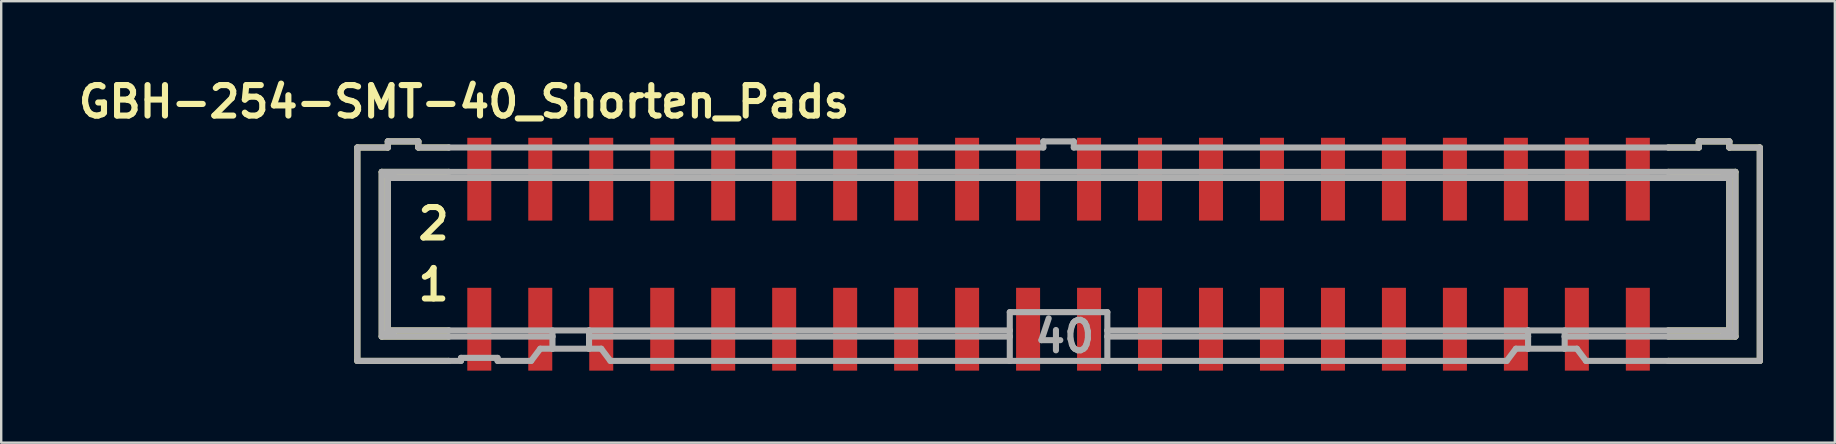
<source format=kicad_pcb>
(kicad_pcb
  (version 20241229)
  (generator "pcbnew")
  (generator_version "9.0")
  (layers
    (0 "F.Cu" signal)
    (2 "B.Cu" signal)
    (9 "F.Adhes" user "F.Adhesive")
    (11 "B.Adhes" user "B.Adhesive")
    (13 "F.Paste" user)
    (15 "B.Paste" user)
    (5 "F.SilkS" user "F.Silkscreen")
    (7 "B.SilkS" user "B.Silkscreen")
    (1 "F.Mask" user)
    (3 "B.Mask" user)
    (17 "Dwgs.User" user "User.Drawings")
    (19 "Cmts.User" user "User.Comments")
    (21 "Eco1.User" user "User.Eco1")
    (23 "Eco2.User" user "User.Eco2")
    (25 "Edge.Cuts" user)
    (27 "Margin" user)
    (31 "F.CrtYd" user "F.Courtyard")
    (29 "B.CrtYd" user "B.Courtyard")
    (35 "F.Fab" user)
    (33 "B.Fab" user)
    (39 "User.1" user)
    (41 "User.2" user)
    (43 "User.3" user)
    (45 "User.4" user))
  (footprint "GBH-254-SMT-40_Shorten_Pads"
    (layer "F.Cu")
    (at 41.045 7.539)
    (property "Reference" "GBH-254-SMT-40_Shorten_Pads" (at -24.765 -6.35 0) (layer "F.SilkS") (effects (font (size 1.27 1.27) (thickness 0.254))))
    (attr smd)
    (fp_line (start -29.21 -4.445) (end -29.21 4.445) (stroke (width 0.254) (type solid)) (layer "F.SilkS"))
    (fp_line (start -29.21 -4.445) (end -27.94 -4.445) (stroke (width 0.254) (type solid)) (layer "F.SilkS"))
    (fp_line (start -29.21 4.445) (end -25.4 4.445) (stroke (width 0.254) (type solid)) (layer "F.SilkS"))
    (fp_line (start -28.194 -3.429) (end -28.194 3.429) (stroke (width 0.254) (type solid)) (layer "F.SilkS"))
    (fp_line (start -28.194 3.429) (end -25.4 3.429) (stroke (width 0.254) (type solid)) (layer "F.SilkS"))
    (fp_line (start -28.1 -3.3) (end -27.7 -3.3) (stroke (width 0.254) (type solid)) (layer "F.SilkS"))
    (fp_line (start -28.1 3.3) (end -27.7 3.3) (stroke (width 0.254) (type solid)) (layer "F.SilkS"))
    (fp_line (start -27.94 -4.699) (end -27.94 -4.445) (stroke (width 0.254) (type solid)) (layer "F.SilkS"))
    (fp_line (start -27.94 -3.175) (end -27.94 3.175) (stroke (width 0.254) (type solid)) (layer "F.SilkS"))
    (fp_line (start -27.94 -3.175) (end -25.4 -3.175) (stroke (width 0.254) (type solid)) (layer "F.SilkS"))
    (fp_line (start -26.67 -4.699) (end -27.94 -4.699) (stroke (width 0.254) (type solid)) (layer "F.SilkS"))
    (fp_line (start -26.67 -4.699) (end -26.67 -4.445) (stroke (width 0.254) (type solid)) (layer "F.SilkS"))
    (fp_line (start -26.67 -4.445) (end -25.4 -4.445) (stroke (width 0.254) (type solid)) (layer "F.SilkS"))
    (fp_line (start -25.4 -3.429) (end -28.194 -3.429) (stroke (width 0.254) (type solid)) (layer "F.SilkS"))
    (fp_line (start -25.4 3.175) (end -27.94 3.175) (stroke (width 0.254) (type solid)) (layer "F.SilkS"))
    (fp_line (start 25.4 -4.445) (end 26.67 -4.445) (stroke (width 0.254) (type solid)) (layer "F.SilkS"))
    (fp_line (start 25.4 -3.175) (end 27.94 -3.175) (stroke (width 0.254) (type solid)) (layer "F.SilkS"))
    (fp_line (start 25.4 3.429) (end 28.194 3.429) (stroke (width 0.254) (type solid)) (layer "F.SilkS"))
    (fp_line (start 26.67 -4.445) (end 26.67 -4.699) (stroke (width 0.254) (type solid)) (layer "F.SilkS"))
    (fp_line (start 27.7 -3.3) (end 28.1 -3.3) (stroke (width 0.254) (type solid)) (layer "F.SilkS"))
    (fp_line (start 27.7 3.3) (end 28.1 3.3) (stroke (width 0.254) (type solid)) (layer "F.SilkS"))
    (fp_line (start 27.94 -4.699) (end 26.67 -4.699) (stroke (width 0.254) (type solid)) (layer "F.SilkS"))
    (fp_line (start 27.94 -4.445) (end 27.94 -4.699) (stroke (width 0.254) (type solid)) (layer "F.SilkS"))
    (fp_line (start 27.94 -4.445) (end 29.21 -4.445) (stroke (width 0.254) (type solid)) (layer "F.SilkS"))
    (fp_line (start 27.94 3.175) (end 25.4 3.175) (stroke (width 0.254) (type solid)) (layer "F.SilkS"))
    (fp_line (start 27.94 3.175) (end 27.94 -3.175) (stroke (width 0.254) (type solid)) (layer "F.SilkS"))
    (fp_line (start 28.194 -3.429) (end 25.4 -3.429) (stroke (width 0.254) (type solid)) (layer "F.SilkS"))
    (fp_line (start 28.194 3.429) (end 28.194 -3.429) (stroke (width 0.254) (type solid)) (layer "F.SilkS"))
    (fp_line (start 29.21 4.445) (end 25.4 4.445) (stroke (width 0.254) (type solid)) (layer "F.SilkS"))
    (fp_line (start 29.21 4.445) (end 29.21 -4.445) (stroke (width 0.254) (type solid)) (layer "F.SilkS"))
    (fp_line (start -29.21 -4.445) (end -29.21 4.445) (stroke (width 0.254) (type solid)) (layer "F.Fab"))
    (fp_line (start -29.21 -4.445) (end -27.94 -4.445) (stroke (width 0.254) (type solid)) (layer "F.Fab"))
    (fp_line (start -29.21 4.445) (end -25.4 4.445) (stroke (width 0.254) (type solid)) (layer "F.Fab"))
    (fp_line (start -28.194 -3.429) (end -28.194 3.429) (stroke (width 0.254) (type solid)) (layer "F.Fab"))
    (fp_line (start -28.194 3.429) (end -25.4 3.429) (stroke (width 0.254) (type solid)) (layer "F.Fab"))
    (fp_line (start -28.1 -3.3) (end -27.7 -3.3) (stroke (width 0.254) (type solid)) (layer "F.Fab"))
    (fp_line (start -28.1 3.3) (end -27.7 3.3) (stroke (width 0.254) (type solid)) (layer "F.Fab"))
    (fp_line (start -27.94 -4.699) (end -27.94 -4.445) (stroke (width 0.254) (type solid)) (layer "F.Fab"))
    (fp_line (start -27.94 -3.175) (end -27.94 3.175) (stroke (width 0.254) (type solid)) (layer "F.Fab"))
    (fp_line (start -27.94 -3.175) (end -25.4 -3.175) (stroke (width 0.254) (type solid)) (layer "F.Fab"))
    (fp_line (start -26.67 -4.699) (end -27.94 -4.699) (stroke (width 0.254) (type solid)) (layer "F.Fab"))
    (fp_line (start -26.67 -4.699) (end -26.67 -4.445) (stroke (width 0.254) (type solid)) (layer "F.Fab"))
    (fp_line (start -26.67 -4.445) (end -25.4 -4.445) (stroke (width 0.254) (type solid)) (layer "F.Fab"))
    (fp_line (start -25.4 -4.445) (end -0.635 -4.445) (stroke (width 0.254) (type solid)) (layer "F.Fab"))
    (fp_line (start -25.4 -3.429) (end -28.194 -3.429) (stroke (width 0.254) (type solid)) (layer "F.Fab"))
    (fp_line (start -25.4 -3.175) (end 25.4 -3.175) (stroke (width 0.254) (type solid)) (layer "F.Fab"))
    (fp_line (start -25.4 3.175) (end -27.94 3.175) (stroke (width 0.254) (type solid)) (layer "F.Fab"))
    (fp_line (start -25.4 3.429) (end -21.082 3.429) (stroke (width 0.254) (type solid)) (layer "F.Fab"))
    (fp_line (start -25.4 4.445) (end -24.892 4.445) (stroke (width 0.254) (type solid)) (layer "F.Fab"))
    (fp_line (start -24.892 4.318) (end -24.892 4.445) (stroke (width 0.254) (type solid)) (layer "F.Fab"))
    (fp_line (start -24.892 4.318) (end -23.368 4.318) (stroke (width 0.254) (type solid)) (layer "F.Fab"))
    (fp_line (start -23.368 4.445) (end -23.368 4.318) (stroke (width 0.254) (type solid)) (layer "F.Fab"))
    (fp_line (start -23.368 4.445) (end -21.971 4.445) (stroke (width 0.254) (type solid)) (layer "F.Fab"))
    (fp_line (start -21.971 4.445) (end -21.59 3.937) (stroke (width 0.254) (type solid)) (layer "F.Fab"))
    (fp_line (start -21.082 3.175) (end -21.082 3.429) (stroke (width 0.254) (type solid)) (layer "F.Fab"))
    (fp_line (start -21.082 3.429) (end -21.082 3.937) (stroke (width 0.254) (type solid)) (layer "F.Fab"))
    (fp_line (start -21.082 3.937) (end -21.59 3.937) (stroke (width 0.254) (type solid)) (layer "F.Fab"))
    (fp_line (start -19.558 3.175) (end -25.4 3.175) (stroke (width 0.254) (type solid)) (layer "F.Fab"))
    (fp_line (start -19.558 3.175) (end -19.558 3.429) (stroke (width 0.254) (type solid)) (layer "F.Fab"))
    (fp_line (start -19.558 3.429) (end -19.558 3.937) (stroke (width 0.254) (type solid)) (layer "F.Fab"))
    (fp_line (start -19.558 3.429) (end -2.032 3.429) (stroke (width 0.254) (type solid)) (layer "F.Fab"))
    (fp_line (start -19.558 3.937) (end -21.082 3.937) (stroke (width 0.254) (type solid)) (layer "F.Fab"))
    (fp_line (start -19.05 3.937) (end -19.558 3.937) (stroke (width 0.254) (type solid)) (layer "F.Fab"))
    (fp_line (start -19.05 3.937) (end -18.669 4.445) (stroke (width 0.254) (type solid)) (layer "F.Fab"))
    (fp_line (start -18.669 4.445) (end -2.032 4.445) (stroke (width 0.254) (type solid)) (layer "F.Fab"))
    (fp_line (start -2.032 3.175) (end -19.558 3.175) (stroke (width 0.254) (type solid)) (layer "F.Fab"))
    (fp_line (start -2.032 3.175) (end -2.032 2.413) (stroke (width 0.254) (type solid)) (layer "F.Fab"))
    (fp_line (start -2.032 3.175) (end -2.032 3.429) (stroke (width 0.254) (type solid)) (layer "F.Fab"))
    (fp_line (start -2.032 3.429) (end -2.032 4.445) (stroke (width 0.254) (type solid)) (layer "F.Fab"))
    (fp_line (start -0.635 -4.699) (end -0.635 -4.445) (stroke (width 0.254) (type solid)) (layer "F.Fab"))
    (fp_line (start 0.635 -4.699) (end -0.635 -4.699) (stroke (width 0.254) (type solid)) (layer "F.Fab"))
    (fp_line (start 0.635 -4.699) (end 0.635 -4.445) (stroke (width 0.254) (type solid)) (layer "F.Fab"))
    (fp_line (start 0.635 -4.445) (end 25.4 -4.445) (stroke (width 0.254) (type solid)) (layer "F.Fab"))
    (fp_line (start 2.032 2.413) (end -2.032 2.413) (stroke (width 0.254) (type solid)) (layer "F.Fab"))
    (fp_line (start 2.032 2.413) (end 2.032 3.175) (stroke (width 0.254) (type solid)) (layer "F.Fab"))
    (fp_line (start 2.032 3.175) (end 2.032 3.429) (stroke (width 0.254) (type solid)) (layer "F.Fab"))
    (fp_line (start 2.032 3.429) (end 2.032 4.445) (stroke (width 0.254) (type solid)) (layer "F.Fab"))
    (fp_line (start 2.032 4.445) (end -2.032 4.445) (stroke (width 0.254) (type solid)) (layer "F.Fab"))
    (fp_line (start 18.669 4.445) (end 2.032 4.445) (stroke (width 0.254) (type solid)) (layer "F.Fab"))
    (fp_line (start 18.669 4.445) (end 19.05 3.937) (stroke (width 0.254) (type solid)) (layer "F.Fab"))
    (fp_line (start 19.558 3.175) (end 2.032 3.175) (stroke (width 0.254) (type solid)) (layer "F.Fab"))
    (fp_line (start 19.558 3.175) (end 19.558 3.429) (stroke (width 0.254) (type solid)) (layer "F.Fab"))
    (fp_line (start 19.558 3.429) (end 2.032 3.429) (stroke (width 0.254) (type solid)) (layer "F.Fab"))
    (fp_line (start 19.558 3.429) (end 19.558 3.937) (stroke (width 0.254) (type solid)) (layer "F.Fab"))
    (fp_line (start 19.558 3.937) (end 19.05 3.937) (stroke (width 0.254) (type solid)) (layer "F.Fab"))
    (fp_line (start 21.082 3.175) (end 21.082 3.429) (stroke (width 0.254) (type solid)) (layer "F.Fab"))
    (fp_line (start 21.082 3.429) (end 21.082 3.937) (stroke (width 0.254) (type solid)) (layer "F.Fab"))
    (fp_line (start 21.082 3.429) (end 25.4 3.429) (stroke (width 0.254) (type solid)) (layer "F.Fab"))
    (fp_line (start 21.082 3.937) (end 19.558 3.937) (stroke (width 0.254) (type solid)) (layer "F.Fab"))
    (fp_line (start 21.59 3.937) (end 21.082 3.937) (stroke (width 0.254) (type solid)) (layer "F.Fab"))
    (fp_line (start 21.59 3.937) (end 21.971 4.445) (stroke (width 0.254) (type solid)) (layer "F.Fab"))
    (fp_line (start 25.4 -4.445) (end 26.67 -4.445) (stroke (width 0.254) (type solid)) (layer "F.Fab"))
    (fp_line (start 25.4 -3.429) (end -25.4 -3.429) (stroke (width 0.254) (type solid)) (layer "F.Fab"))
    (fp_line (start 25.4 -3.175) (end 27.94 -3.175) (stroke (width 0.254) (type solid)) (layer "F.Fab"))
    (fp_line (start 25.4 3.175) (end 19.558 3.175) (stroke (width 0.254) (type solid)) (layer "F.Fab"))
    (fp_line (start 25.4 3.429) (end 28.194 3.429) (stroke (width 0.254) (type solid)) (layer "F.Fab"))
    (fp_line (start 25.4 4.445) (end 21.971 4.445) (stroke (width 0.254) (type solid)) (layer "F.Fab"))
    (fp_line (start 26.67 -4.445) (end 26.67 -4.699) (stroke (width 0.254) (type solid)) (layer "F.Fab"))
    (fp_line (start 27.7 -3.3) (end 28.1 -3.3) (stroke (width 0.254) (type solid)) (layer "F.Fab"))
    (fp_line (start 27.7 3.3) (end 28.1 3.3) (stroke (width 0.254) (type solid)) (layer "F.Fab"))
    (fp_line (start 27.94 -4.699) (end 26.67 -4.699) (stroke (width 0.254) (type solid)) (layer "F.Fab"))
    (fp_line (start 27.94 -4.445) (end 27.94 -4.699) (stroke (width 0.254) (type solid)) (layer "F.Fab"))
    (fp_line (start 27.94 -4.445) (end 29.21 -4.445) (stroke (width 0.254) (type solid)) (layer "F.Fab"))
    (fp_line (start 27.94 3.175) (end 25.4 3.175) (stroke (width 0.254) (type solid)) (layer "F.Fab"))
    (fp_line (start 27.94 3.175) (end 27.94 -3.175) (stroke (width 0.254) (type solid)) (layer "F.Fab"))
    (fp_line (start 28.194 -3.429) (end 25.4 -3.429) (stroke (width 0.254) (type solid)) (layer "F.Fab"))
    (fp_line (start 28.194 3.429) (end 28.194 -3.429) (stroke (width 0.254) (type solid)) (layer "F.Fab"))
    (fp_line (start 29.21 4.445) (end 25.4 4.445) (stroke (width 0.254) (type solid)) (layer "F.Fab"))
    (fp_line (start 29.21 4.445) (end 29.21 -4.445) (stroke (width 0.254) (type solid)) (layer "F.Fab"))
    (fp_text user "1" (at -26.035 1.27 0) (layer "F.SilkS") (effects (font (size 1.27 1.27) (thickness 0.254))))
    (fp_text user "2" (at -26.035 -1.27 0) (layer "F.SilkS") (effects (font (size 1.27 1.27) (thickness 0.254))))
    (fp_text user "40" (at 0.254 3.429 0) (layer "F.Fab") (effects (font (size 1.27 1.27) (thickness 0.254))))
    (pad "1" smd rect (at -24.13 3.125 90) (size 3.45 1) (layers "F.Cu" "F.Mask" "F.Paste"))
    (pad "2" smd rect (at -24.13 -3.125 90) (size 3.45 1) (layers "F.Cu" "F.Mask" "F.Paste"))
    (pad "3" smd rect (at -21.59 3.125 90) (size 3.45 1) (layers "F.Cu" "F.Mask" "F.Paste"))
    (pad "4" smd rect (at -21.59 -3.125 90) (size 3.45 1) (layers "F.Cu" "F.Mask" "F.Paste"))
    (pad "5" smd rect (at -19.05 3.125 90) (size 3.45 1) (layers "F.Cu" "F.Mask" "F.Paste"))
    (pad "6" smd rect (at -19.05 -3.125 90) (size 3.45 1) (layers "F.Cu" "F.Mask" "F.Paste"))
    (pad "7" smd rect (at -16.51 3.125 90) (size 3.45 1) (layers "F.Cu" "F.Mask" "F.Paste"))
    (pad "8" smd rect (at -16.51 -3.125 90) (size 3.45 1) (layers "F.Cu" "F.Mask" "F.Paste"))
    (pad "9" smd rect (at -13.97 3.125 90) (size 3.45 1) (layers "F.Cu" "F.Mask" "F.Paste"))
    (pad "10" smd rect (at -13.97 -3.125 90) (size 3.45 1) (layers "F.Cu" "F.Mask" "F.Paste"))
    (pad "11" smd rect (at -11.43 3.125 90) (size 3.45 1) (layers "F.Cu" "F.Mask" "F.Paste"))
    (pad "12" smd rect (at -11.43 -3.125 90) (size 3.45 1) (layers "F.Cu" "F.Mask" "F.Paste"))
    (pad "13" smd rect (at -8.89 3.125 90) (size 3.45 1) (layers "F.Cu" "F.Mask" "F.Paste"))
    (pad "14" smd rect (at -8.89 -3.125 90) (size 3.45 1) (layers "F.Cu" "F.Mask" "F.Paste"))
    (pad "15" smd rect (at -6.35 3.125 90) (size 3.45 1) (layers "F.Cu" "F.Mask" "F.Paste"))
    (pad "16" smd rect (at -6.35 -3.125 90) (size 3.45 1) (layers "F.Cu" "F.Mask" "F.Paste"))
    (pad "17" smd rect (at -3.81 3.125 90) (size 3.45 1) (layers "F.Cu" "F.Mask" "F.Paste"))
    (pad "18" smd rect (at -3.81 -3.125 90) (size 3.45 1) (layers "F.Cu" "F.Mask" "F.Paste"))
    (pad "19" smd rect (at -1.27 3.125 90) (size 3.45 1) (layers "F.Cu" "F.Mask" "F.Paste"))
    (pad "20" smd rect (at -1.27 -3.125 90) (size 3.45 1) (layers "F.Cu" "F.Mask" "F.Paste"))
    (pad "21" smd rect (at 1.27 3.125 270) (size 3.45 1) (layers "F.Cu" "F.Mask" "F.Paste"))
    (pad "22" smd rect (at 1.27 -3.125 90) (size 3.45 1) (layers "F.Cu" "F.Mask" "F.Paste"))
    (pad "23" smd rect (at 3.81 3.125 270) (size 3.45 1) (layers "F.Cu" "F.Mask" "F.Paste"))
    (pad "24" smd rect (at 3.81 -3.125 90) (size 3.45 1) (layers "F.Cu" "F.Mask" "F.Paste"))
    (pad "25" smd rect (at 6.35 3.125 270) (size 3.45 1) (layers "F.Cu" "F.Mask" "F.Paste"))
    (pad "26" smd rect (at 6.35 -3.125 90) (size 3.45 1) (layers "F.Cu" "F.Mask" "F.Paste"))
    (pad "27" smd rect (at 8.89 3.125 270) (size 3.45 1) (layers "F.Cu" "F.Mask" "F.Paste"))
    (pad "28" smd rect (at 8.89 -3.125 90) (size 3.45 1) (layers "F.Cu" "F.Mask" "F.Paste"))
    (pad "29" smd rect (at 11.43 3.125 270) (size 3.45 1) (layers "F.Cu" "F.Mask" "F.Paste"))
    (pad "30" smd rect (at 11.43 -3.125 90) (size 3.45 1) (layers "F.Cu" "F.Mask" "F.Paste"))
    (pad "31" smd rect (at 13.97 3.125 270) (size 3.45 1) (layers "F.Cu" "F.Mask" "F.Paste"))
    (pad "32" smd rect (at 13.97 -3.125 90) (size 3.45 1) (layers "F.Cu" "F.Mask" "F.Paste"))
    (pad "33" smd rect (at 16.51 3.125 270) (size 3.45 1) (layers "F.Cu" "F.Mask" "F.Paste"))
    (pad "34" smd rect (at 16.51 -3.125 90) (size 3.45 1) (layers "F.Cu" "F.Mask" "F.Paste"))
    (pad "35" smd rect (at 19.05 3.125 270) (size 3.45 1) (layers "F.Cu" "F.Mask" "F.Paste"))
    (pad "36" smd rect (at 19.05 -3.125 90) (size 3.45 1) (layers "F.Cu" "F.Mask" "F.Paste"))
    (pad "37" smd rect (at 21.59 3.125 270) (size 3.45 1) (layers "F.Cu" "F.Mask" "F.Paste"))
    (pad "38" smd rect (at 21.59 -3.125 90) (size 3.45 1) (layers "F.Cu" "F.Mask" "F.Paste"))
    (pad "39" smd rect (at 24.13 3.125 270) (size 3.45 1) (layers "F.Cu" "F.Mask" "F.Paste"))
    (pad "40" smd rect (at 24.13 -3.125 90) (size 3.45 1) (layers "F.Cu" "F.Mask" "F.Paste")))
  (gr_rect
    (start -3 -3)
    (end 73.382 15.389)
    (stroke (width 0.1) (type default))
    (fill no)
    (layer "Edge.Cuts")))
</source>
